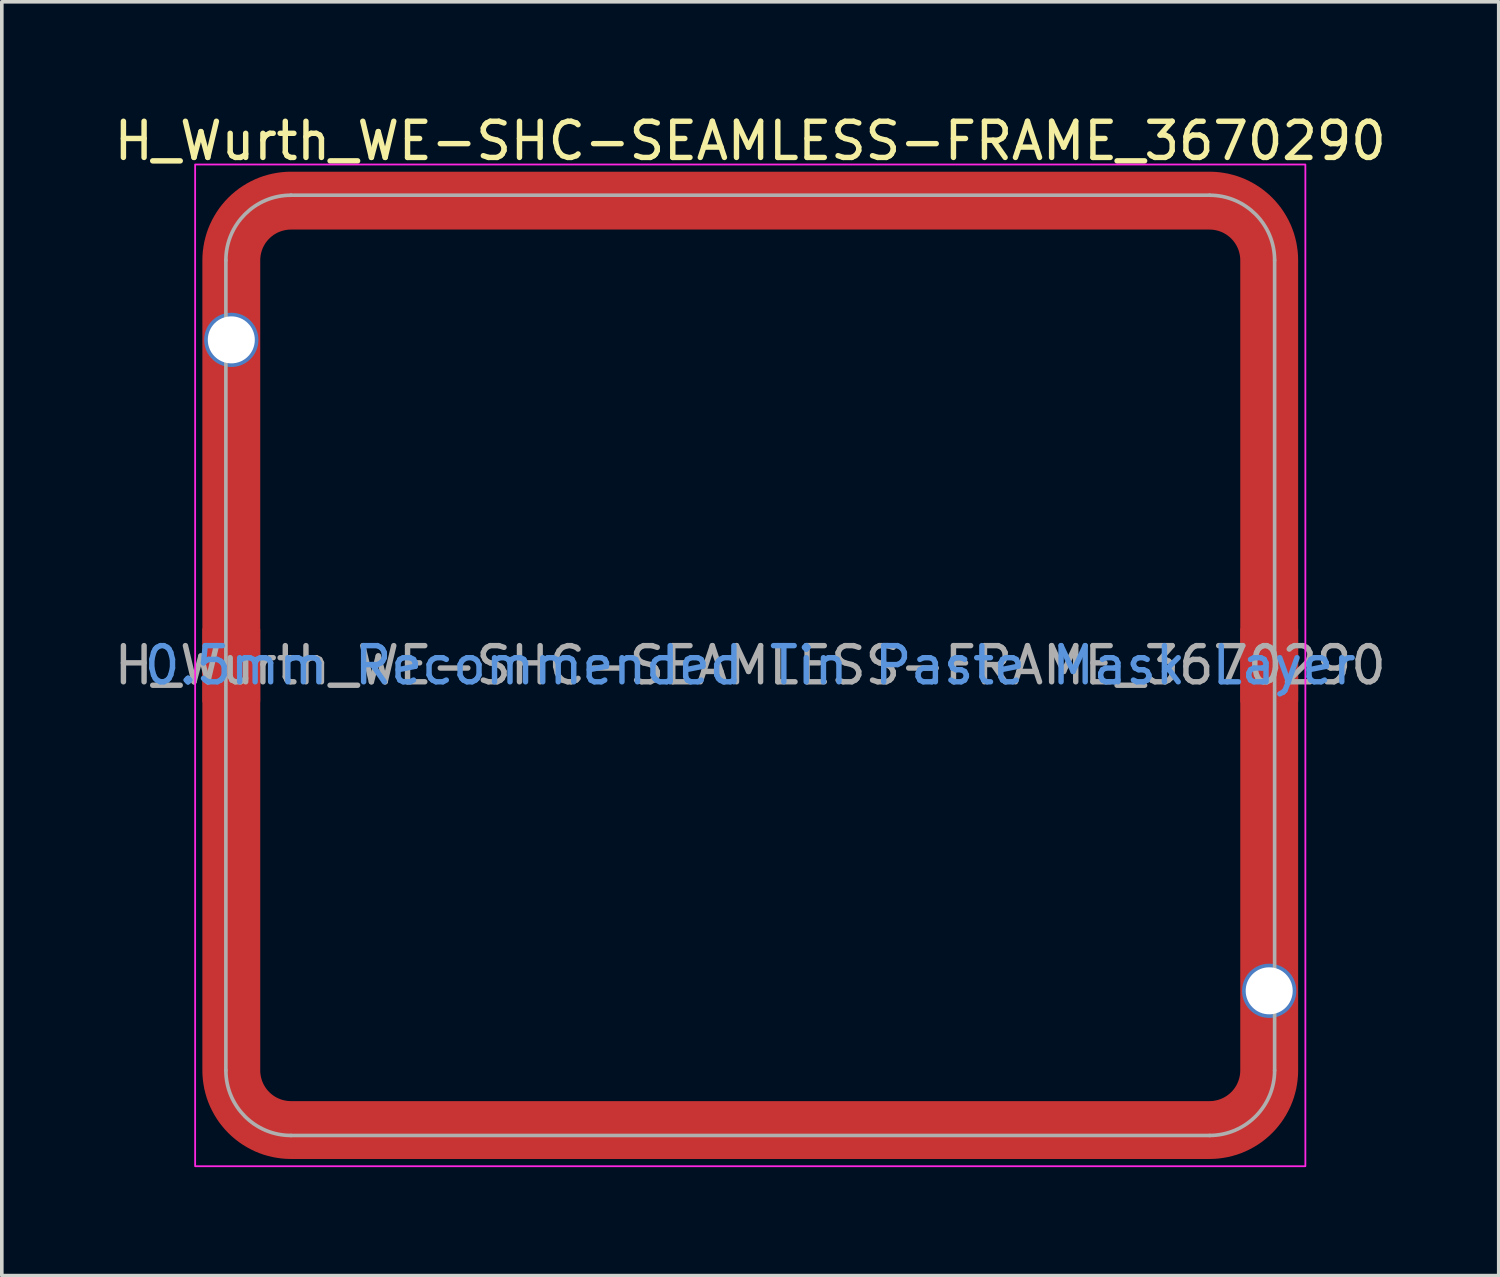
<source format=kicad_pcb>
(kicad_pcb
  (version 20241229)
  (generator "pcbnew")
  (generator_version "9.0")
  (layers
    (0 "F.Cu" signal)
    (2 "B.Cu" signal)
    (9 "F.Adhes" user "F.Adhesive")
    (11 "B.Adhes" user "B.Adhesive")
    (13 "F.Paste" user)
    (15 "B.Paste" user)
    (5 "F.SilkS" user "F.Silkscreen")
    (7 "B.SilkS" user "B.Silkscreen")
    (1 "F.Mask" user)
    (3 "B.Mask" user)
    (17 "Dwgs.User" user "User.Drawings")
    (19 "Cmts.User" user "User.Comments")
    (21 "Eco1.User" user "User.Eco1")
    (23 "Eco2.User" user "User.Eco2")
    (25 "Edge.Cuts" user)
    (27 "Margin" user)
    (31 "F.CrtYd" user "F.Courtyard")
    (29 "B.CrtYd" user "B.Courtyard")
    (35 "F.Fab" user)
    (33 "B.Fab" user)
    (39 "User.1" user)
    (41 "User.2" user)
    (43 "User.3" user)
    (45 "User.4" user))
  (footprint "H_Wurth_WE-SHC-SEAMLESS-FRAME_3670290"
    (layer "F.Cu")
    (at 17.696 15.348)
    (property "Reference" "H_Wurth_WE-SHC-SEAMLESS-FRAME_3670290" (at 0 -14.5 0) (unlocked yes) (layer "F.SilkS") (effects (font (size 1 1) (thickness 0.15))))
    (attr smd)
    (fp_rect (start -15.35 -13.85) (end 15.35 13.85) (stroke (width 0.05) (type solid)) (fill no) (layer "F.CrtYd"))
    (fp_line (start -14.5 11.2) (end -14.5 -11.2) (stroke (width 0.1) (type solid)) (layer "F.Fab"))
    (fp_line (start -12.7 -13) (end 12.7 -13) (stroke (width 0.1) (type solid)) (layer "F.Fab"))
    (fp_line (start -12.7 13) (end 12.7 13) (stroke (width 0.1) (type solid)) (layer "F.Fab"))
    (fp_line (start 14.5 11.2) (end 14.5 -11.2) (stroke (width 0.1) (type solid)) (layer "F.Fab"))
    (fp_arc (start -14.5 -11.2) (mid -13.972792 -12.472792) (end -12.7 -13) (stroke (width 0.1) (type default)) (layer "F.Fab"))
    (fp_arc (start -12.7 13) (mid -13.972792 12.472792) (end -14.5 11.2) (stroke (width 0.1) (type default)) (layer "F.Fab"))
    (fp_arc (start 12.7 -13) (mid 13.972792 -12.472792) (end 14.5 -11.2) (stroke (width 0.1) (type default)) (layer "F.Fab"))
    (fp_arc (start 14.5 11.2) (mid 13.972792 12.472792) (end 12.7 13) (stroke (width 0.1) (type default)) (layer "F.Fab"))
    (fp_text user "0.5mm Recommended Tin Paste Mask Layer" (at 0 0 0) (unlocked yes) (layer "Cmts.User") (effects (font (size 1 1) (thickness 0.15))))
    (fp_text user "${REFERENCE}" (at 0 0 0) (unlocked yes) (layer "F.Fab") (effects (font (size 1 1) (thickness 0.15))))
    (pad "1" thru_hole circle (at -14.35 -9) (size 1.5 1.5) (drill 1.3) (layers "*.Cu" "*.Mask"))
    (pad "1" smd custom (at 0 -12.85) (size 25.4 1.5) (layers "F.Cu" "F.Mask" "F.Paste") (options (anchor rect)) (primitives (gr_poly (pts (xy -13.6 13.85) (xy -15.1 13.85) (xy -15.1 1.65) (xy -15.097 1.524) (xy -15.087 1.399) (xy -15.07 1.275) (xy -15.048 1.151) (xy -15.018 1.029) (xy -14.983 0.908) (xy -14.941 0.79) (xy -14.893 0.674) (xy -14.838 0.56) (xy -14.778 0.45) (xy -14.713 0.343) (xy -14.642 0.239) (xy -14.565 0.14) (xy -14.484 0.044) (xy -14.397 -0.047) (xy -14.306 -0.134) (xy -14.21 -0.215) (xy -14.111 -0.292) (xy -14.007 -0.363) (xy -13.9 -0.428) (xy -13.79 -0.488) (xy -13.676 -0.543) (xy -13.56 -0.591) (xy -13.442 -0.633) (xy -13.321 -0.668) (xy -13.199 -0.698) (xy -13.075 -0.72) (xy -12.951 -0.737) (xy -12.826 -0.747) (xy -12.7 -0.75) (xy 12.7 -0.75) (xy 12.826 -0.747) (xy 12.951 -0.737) (xy 13.075 -0.72) (xy 13.199 -0.698) (xy 13.321 -0.668) (xy 13.442 -0.633) (xy 13.56 -0.591) (xy 13.676 -0.543) (xy 13.79 -0.488) (xy 13.9 -0.428) (xy 14.007 -0.363) (xy 14.111 -0.292) (xy 14.21 -0.215) (xy 14.306 -0.134) (xy 14.397 -0.047) (xy 14.484 0.044) (xy 14.565 0.14) (xy 14.642 0.239) (xy 14.713 0.343) (xy 14.778 0.45) (xy 14.838 0.56) (xy 14.893 0.674) (xy 14.941 0.79) (xy 14.983 0.908) (xy 15.018 1.029) (xy 15.048 1.151) (xy 15.07 1.275) (xy 15.087 1.399) (xy 15.097 1.524) (xy 15.1 1.65) (xy 15.1 13.85) (xy 13.6 13.85) (xy 13.6 1.65) (xy 13.599 1.603) (xy 13.595 1.556) (xy 13.589 1.509) (xy 13.58 1.463) (xy 13.569 1.417) (xy 13.556 1.372) (xy 13.54 1.327) (xy 13.522 1.284) (xy 13.502 1.241) (xy 13.479 1.2) (xy 13.455 1.16) (xy 13.428 1.121) (xy 13.399 1.084) (xy 13.369 1.048) (xy 13.336 1.014) (xy 13.302 0.981) (xy 13.266 0.951) (xy 13.229 0.922) (xy 13.19 0.895) (xy 13.15 0.871) (xy 13.109 0.848) (xy 13.066 0.828) (xy 13.023 0.81) (xy 12.978 0.794) (xy 12.933 0.781) (xy 12.887 0.77) (xy 12.841 0.761) (xy 12.794 0.755) (xy 12.747 0.751) (xy 12.7 0.75) (xy -12.7 0.75) (xy -12.747 0.751) (xy -12.794 0.755) (xy -12.841 0.761) (xy -12.887 0.77) (xy -12.933 0.781) (xy -12.978 0.794) (xy -13.023 0.81) (xy -13.066 0.828) (xy -13.109 0.848) (xy -13.15 0.871) (xy -13.19 0.895) (xy -13.229 0.922) (xy -13.266 0.951) (xy -13.302 0.981) (xy -13.336 1.014) (xy -13.369 1.048) (xy -13.399 1.084) (xy -13.428 1.121) (xy -13.455 1.16) (xy -13.479 1.2) (xy -13.502 1.241) (xy -13.522 1.284) (xy -13.54 1.327) (xy -13.556 1.372) (xy -13.569 1.417) (xy -13.58 1.463) (xy -13.589 1.509) (xy -13.595 1.556) (xy -13.599 1.603) (xy -13.6 1.65) (xy -13.6 13.85)) (width 0.1) (fill yes))))
    (pad "1" smd custom (at 0 12.85) (size 25.4 1.5) (layers "F.Cu" "F.Mask" "F.Paste") (options (anchor rect)) (primitives (gr_poly (pts (xy 13.6 -13.85) (xy 15.1 -13.85) (xy 15.1 -1.65) (xy 15.097 -1.524) (xy 15.087 -1.399) (xy 15.07 -1.275) (xy 15.048 -1.151) (xy 15.018 -1.029) (xy 14.983 -0.908) (xy 14.941 -0.79) (xy 14.893 -0.674) (xy 14.838 -0.56) (xy 14.778 -0.45) (xy 14.713 -0.343) (xy 14.642 -0.239) (xy 14.565 -0.14) (xy 14.484 -0.044) (xy 14.397 0.047) (xy 14.306 0.134) (xy 14.21 0.215) (xy 14.111 0.292) (xy 14.007 0.363) (xy 13.9 0.428) (xy 13.79 0.488) (xy 13.676 0.543) (xy 13.56 0.591) (xy 13.442 0.633) (xy 13.321 0.668) (xy 13.199 0.698) (xy 13.075 0.72) (xy 12.951 0.737) (xy 12.826 0.747) (xy 12.7 0.75) (xy -12.7 0.75) (xy -12.826 0.747) (xy -12.951 0.737) (xy -13.075 0.72) (xy -13.199 0.698) (xy -13.321 0.668) (xy -13.442 0.633) (xy -13.56 0.591) (xy -13.676 0.543) (xy -13.79 0.488) (xy -13.9 0.428) (xy -14.007 0.363) (xy -14.111 0.292) (xy -14.21 0.215) (xy -14.306 0.134) (xy -14.397 0.047) (xy -14.484 -0.044) (xy -14.565 -0.14) (xy -14.642 -0.239) (xy -14.713 -0.343) (xy -14.778 -0.45) (xy -14.838 -0.56) (xy -14.893 -0.674) (xy -14.941 -0.79) (xy -14.983 -0.908) (xy -15.018 -1.029) (xy -15.048 -1.151) (xy -15.07 -1.275) (xy -15.087 -1.399) (xy -15.097 -1.524) (xy -15.1 -1.65) (xy -15.1 -13.85) (xy -13.6 -13.85) (xy -13.6 -1.65) (xy -13.599 -1.603) (xy -13.595 -1.556) (xy -13.589 -1.509) (xy -13.58 -1.463) (xy -13.569 -1.417) (xy -13.556 -1.372) (xy -13.54 -1.327) (xy -13.522 -1.284) (xy -13.502 -1.241) (xy -13.479 -1.2) (xy -13.455 -1.16) (xy -13.428 -1.121) (xy -13.399 -1.084) (xy -13.369 -1.048) (xy -13.336 -1.014) (xy -13.302 -0.981) (xy -13.266 -0.951) (xy -13.229 -0.922) (xy -13.19 -0.895) (xy -13.15 -0.871) (xy -13.109 -0.848) (xy -13.066 -0.828) (xy -13.023 -0.81) (xy -12.978 -0.794) (xy -12.933 -0.781) (xy -12.887 -0.77) (xy -12.841 -0.761) (xy -12.794 -0.755) (xy -12.747 -0.751) (xy -12.7 -0.75) (xy 12.7 -0.75) (xy 12.747 -0.751) (xy 12.794 -0.755) (xy 12.841 -0.761) (xy 12.887 -0.77) (xy 12.933 -0.781) (xy 12.978 -0.794) (xy 13.023 -0.81) (xy 13.066 -0.828) (xy 13.109 -0.848) (xy 13.15 -0.871) (xy 13.19 -0.895) (xy 13.229 -0.922) (xy 13.266 -0.951) (xy 13.302 -0.981) (xy 13.336 -1.014) (xy 13.369 -1.048) (xy 13.399 -1.084) (xy 13.428 -1.121) (xy 13.455 -1.16) (xy 13.479 -1.2) (xy 13.502 -1.241) (xy 13.522 -1.284) (xy 13.54 -1.327) (xy 13.556 -1.372) (xy 13.569 -1.417) (xy 13.58 -1.463) (xy 13.589 -1.509) (xy 13.595 -1.556) (xy 13.599 -1.603) (xy 13.6 -1.65) (xy 13.6 -13.85)) (width 0.1) (fill yes))))
    (pad "1" thru_hole circle (at 14.35 9) (size 1.5 1.5) (drill 1.3) (layers "*.Cu" "*.Mask")))
  (gr_rect
    (start -3 -3)
    (end 38.393 32.223)
    (stroke (width 0.1) (type default))
    (fill no)
    (layer "Edge.Cuts")))
</source>
